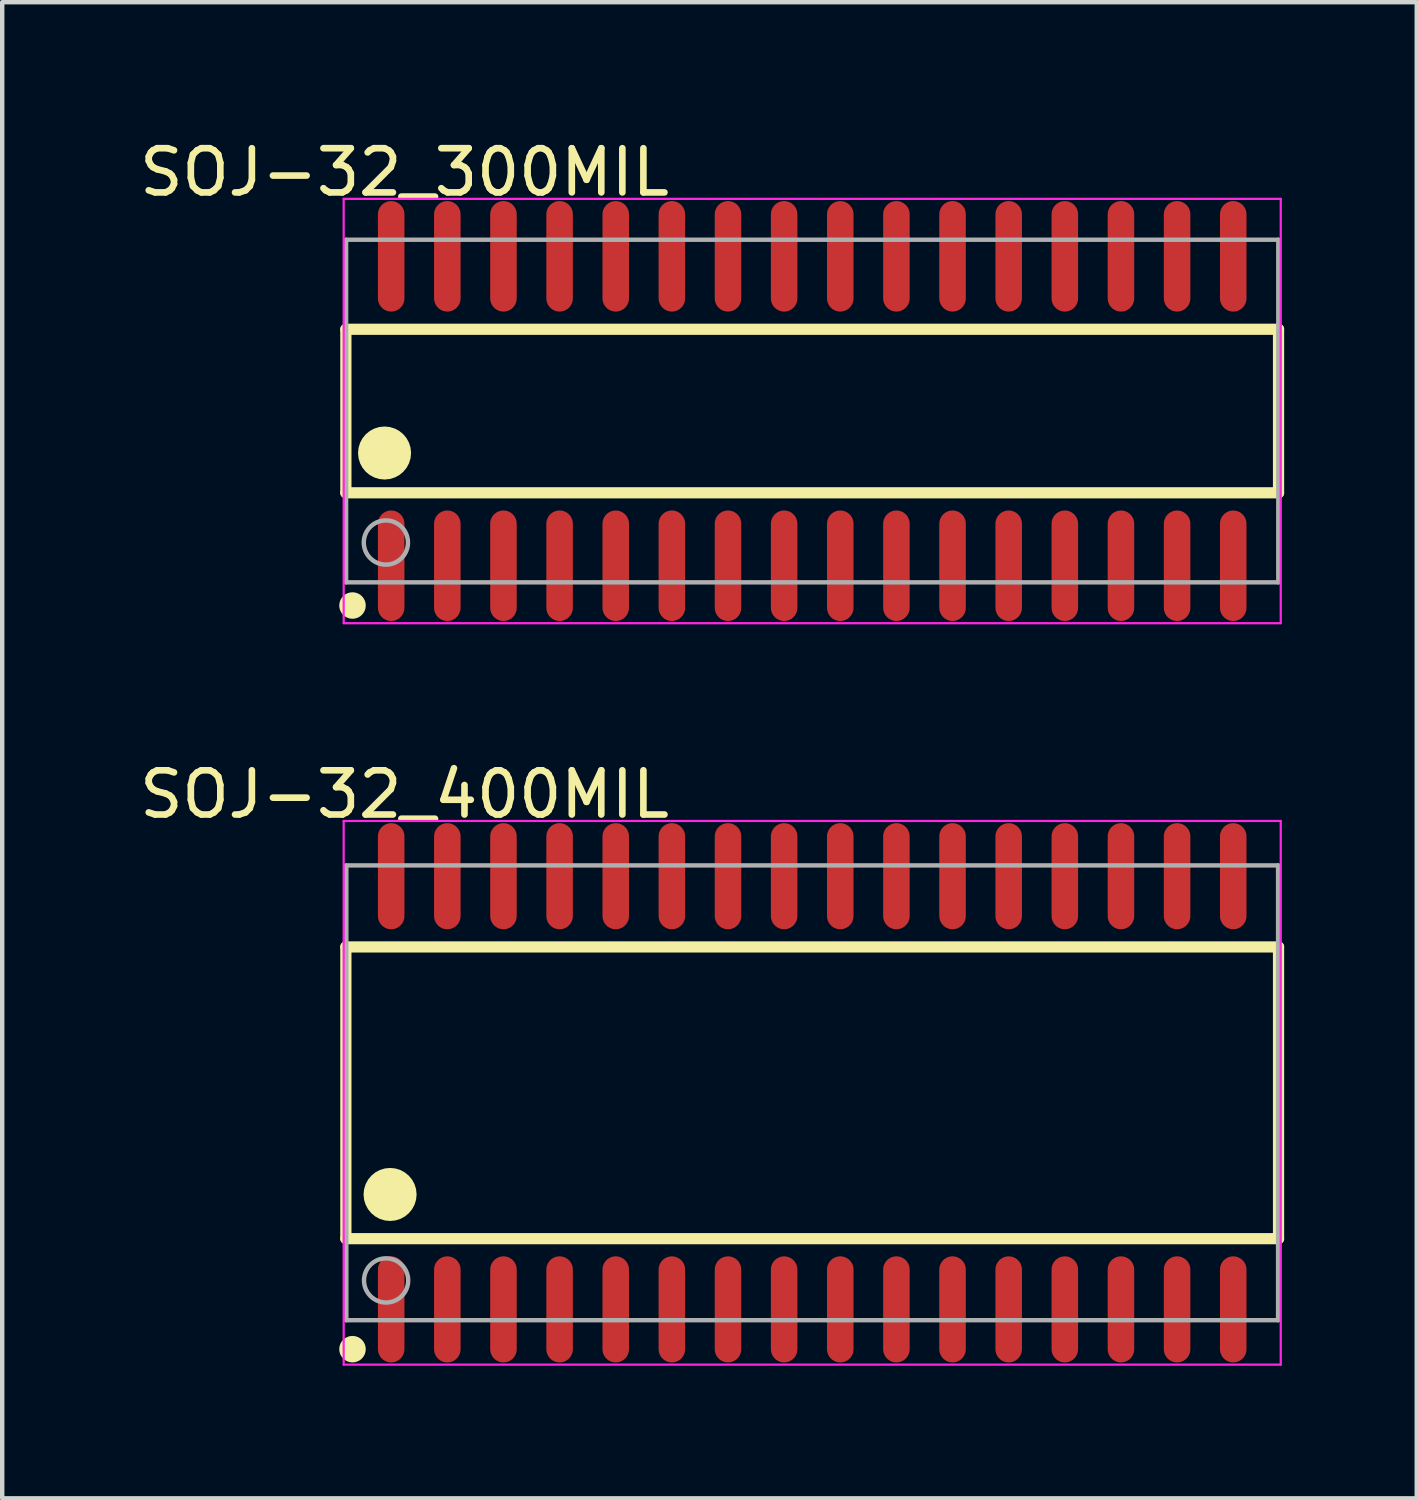
<source format=kicad_pcb>
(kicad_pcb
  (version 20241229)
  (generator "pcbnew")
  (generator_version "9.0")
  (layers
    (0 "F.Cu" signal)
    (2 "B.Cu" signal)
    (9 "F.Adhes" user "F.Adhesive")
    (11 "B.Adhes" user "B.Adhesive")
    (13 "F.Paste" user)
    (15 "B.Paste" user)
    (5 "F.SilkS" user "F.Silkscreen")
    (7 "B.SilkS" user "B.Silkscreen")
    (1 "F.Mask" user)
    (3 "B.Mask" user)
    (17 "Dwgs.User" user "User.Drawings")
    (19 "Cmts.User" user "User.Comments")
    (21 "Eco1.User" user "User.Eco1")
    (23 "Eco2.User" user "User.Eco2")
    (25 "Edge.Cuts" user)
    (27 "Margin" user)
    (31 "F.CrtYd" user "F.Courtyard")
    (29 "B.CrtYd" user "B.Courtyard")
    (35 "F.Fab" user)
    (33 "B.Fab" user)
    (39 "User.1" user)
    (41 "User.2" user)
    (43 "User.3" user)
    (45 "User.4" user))
  (footprint "SOJ-32_300MIL"
    (layer "F.Cu")
    (at 15.325 6.249)
    (property "Reference" "SOJ-32_300MIL" (at -9.224 -5.401 0) (layer "F.SilkS") (effects (font (size 1 1) (thickness 0.15))))
    (attr through_hole)
    (fp_line (start -10.55 -1.85) (end 10.55 -1.85) (stroke (width 0.254) (type solid)) (layer "F.SilkS"))
    (fp_line (start -10.55 1.85) (end -10.55 -1.85) (stroke (width 0.254) (type solid)) (layer "F.SilkS"))
    (fp_line (start -10.55 1.85) (end 10.55 1.85) (stroke (width 0.254) (type solid)) (layer "F.SilkS"))
    (fp_line (start 10.55 1.85) (end 10.55 -1.85) (stroke (width 0.254) (type solid)) (layer "F.SilkS"))
    (fp_circle (center -10.4 4.4) (end -10.25 4.4) (stroke (width 0.3) (type solid)) (fill no) (layer "F.SilkS"))
    (fp_circle (center -9.675 0.95) (end -9.375 0.95) (stroke (width 0.6) (type solid)) (fill no) (layer "F.SilkS"))
    (fp_line (start -10.6 -4.8) (end 10.6 -4.8) (stroke (width 0.05) (type solid)) (layer "F.CrtYd"))
    (fp_line (start -10.6 4.8) (end -10.6 -4.8) (stroke (width 0.05) (type solid)) (layer "F.CrtYd"))
    (fp_line (start 10.6 -4.8) (end 10.6 4.8) (stroke (width 0.05) (type solid)) (layer "F.CrtYd"))
    (fp_line (start 10.6 4.8) (end -10.6 4.8) (stroke (width 0.05) (type solid)) (layer "F.CrtYd"))
    (fp_line (start -10.545 -3.875) (end 10.545 -3.875) (stroke (width 0.1) (type solid)) (layer "F.Fab"))
    (fp_line (start -10.545 3.875) (end -10.545 -3.875) (stroke (width 0.1) (type solid)) (layer "F.Fab"))
    (fp_line (start -10.545 3.875) (end 10.545 3.875) (stroke (width 0.1) (type solid)) (layer "F.Fab"))
    (fp_line (start 10.545 3.875) (end 10.545 -3.875) (stroke (width 0.1) (type solid)) (layer "F.Fab"))
    (fp_circle (center -9.645 2.975) (end -9.145 2.975) (stroke (width 0.1) (type solid)) (fill no) (layer "F.Fab"))
    (pad "1" smd oval (at -9.525 3.5 180) (size 0.6 2.5) (layers "F.Cu" "F.Mask" "F.Paste"))
    (pad "2" smd oval (at -8.255 3.5 180) (size 0.6 2.5) (layers "F.Cu" "F.Mask" "F.Paste"))
    (pad "3" smd oval (at -6.985 3.5 180) (size 0.6 2.5) (layers "F.Cu" "F.Mask" "F.Paste"))
    (pad "4" smd oval (at -5.715 3.5 180) (size 0.6 2.5) (layers "F.Cu" "F.Mask" "F.Paste"))
    (pad "5" smd oval (at -4.445 3.5 180) (size 0.6 2.5) (layers "F.Cu" "F.Mask" "F.Paste"))
    (pad "6" smd oval (at -3.175 3.5 180) (size 0.6 2.5) (layers "F.Cu" "F.Mask" "F.Paste"))
    (pad "7" smd oval (at -1.905 3.5 180) (size 0.6 2.5) (layers "F.Cu" "F.Mask" "F.Paste"))
    (pad "8" smd oval (at -0.635 3.5 180) (size 0.6 2.5) (layers "F.Cu" "F.Mask" "F.Paste"))
    (pad "9" smd oval (at 0.635 3.5 180) (size 0.6 2.5) (layers "F.Cu" "F.Mask" "F.Paste"))
    (pad "10" smd oval (at 1.905 3.5 180) (size 0.6 2.5) (layers "F.Cu" "F.Mask" "F.Paste"))
    (pad "11" smd oval (at 3.175 3.5 180) (size 0.6 2.5) (layers "F.Cu" "F.Mask" "F.Paste"))
    (pad "12" smd oval (at 4.445 3.5 180) (size 0.6 2.5) (layers "F.Cu" "F.Mask" "F.Paste"))
    (pad "13" smd oval (at 5.715 3.5 180) (size 0.6 2.5) (layers "F.Cu" "F.Mask" "F.Paste"))
    (pad "14" smd oval (at 6.985 3.5 180) (size 0.6 2.5) (layers "F.Cu" "F.Mask" "F.Paste"))
    (pad "15" smd oval (at 8.255 3.5 180) (size 0.6 2.5) (layers "F.Cu" "F.Mask" "F.Paste"))
    (pad "16" smd oval (at 9.525 3.5 180) (size 0.6 2.5) (layers "F.Cu" "F.Mask" "F.Paste"))
    (pad "17" smd oval (at 9.525 -3.5 180) (size 0.6 2.5) (layers "F.Cu" "F.Mask" "F.Paste"))
    (pad "18" smd oval (at 8.255 -3.5 180) (size 0.6 2.5) (layers "F.Cu" "F.Mask" "F.Paste"))
    (pad "19" smd oval (at 6.985 -3.5 180) (size 0.6 2.5) (layers "F.Cu" "F.Mask" "F.Paste"))
    (pad "20" smd oval (at 5.715 -3.5 180) (size 0.6 2.5) (layers "F.Cu" "F.Mask" "F.Paste"))
    (pad "21" smd oval (at 4.445 -3.5 180) (size 0.6 2.5) (layers "F.Cu" "F.Mask" "F.Paste"))
    (pad "22" smd oval (at 3.175 -3.5 180) (size 0.6 2.5) (layers "F.Cu" "F.Mask" "F.Paste"))
    (pad "23" smd oval (at 1.905 -3.5 180) (size 0.6 2.5) (layers "F.Cu" "F.Mask" "F.Paste"))
    (pad "24" smd oval (at 0.635 -3.5 180) (size 0.6 2.5) (layers "F.Cu" "F.Mask" "F.Paste"))
    (pad "25" smd oval (at -0.635 -3.5 180) (size 0.6 2.5) (layers "F.Cu" "F.Mask" "F.Paste"))
    (pad "26" smd oval (at -1.905 -3.5 180) (size 0.6 2.5) (layers "F.Cu" "F.Mask" "F.Paste"))
    (pad "27" smd oval (at -3.175 -3.5 180) (size 0.6 2.5) (layers "F.Cu" "F.Mask" "F.Paste"))
    (pad "28" smd oval (at -4.445 -3.5 180) (size 0.6 2.5) (layers "F.Cu" "F.Mask" "F.Paste"))
    (pad "29" smd oval (at -5.715 -3.5 180) (size 0.6 2.5) (layers "F.Cu" "F.Mask" "F.Paste"))
    (pad "30" smd oval (at -6.985 -3.5 180) (size 0.6 2.5) (layers "F.Cu" "F.Mask" "F.Paste"))
    (pad "31" smd oval (at -8.255 -3.5 180) (size 0.6 2.5) (layers "F.Cu" "F.Mask" "F.Paste"))
    (pad "32" smd oval (at -9.525 -3.5 180) (size 0.6 2.5) (layers "F.Cu" "F.Mask" "F.Paste")))
  (footprint "SOJ-32_400MIL"
    (layer "F.Cu")
    (at 15.325 21.673)
    (property "Reference" "SOJ-32_400MIL" (at -9.224 -6.751 0) (layer "F.SilkS") (effects (font (size 1 1) (thickness 0.15))))
    (attr through_hole)
    (fp_line (start -10.55 -3.3) (end 10.55 -3.3) (stroke (width 0.254) (type solid)) (layer "F.SilkS"))
    (fp_line (start -10.55 3.3) (end -10.55 -3.3) (stroke (width 0.254) (type solid)) (layer "F.SilkS"))
    (fp_line (start -10.55 3.3) (end 10.55 3.3) (stroke (width 0.254) (type solid)) (layer "F.SilkS"))
    (fp_line (start 10.55 3.3) (end 10.55 -3.3) (stroke (width 0.254) (type solid)) (layer "F.SilkS"))
    (fp_circle (center -10.4 5.8) (end -10.25 5.8) (stroke (width 0.3) (type solid)) (fill no) (layer "F.SilkS"))
    (fp_circle (center -9.55 2.3) (end -9.25 2.3) (stroke (width 0.6) (type solid)) (fill no) (layer "F.SilkS"))
    (fp_line (start -10.6 -6.15) (end 10.6 -6.15) (stroke (width 0.05) (type solid)) (layer "F.CrtYd"))
    (fp_line (start -10.6 6.15) (end -10.6 -6.15) (stroke (width 0.05) (type solid)) (layer "F.CrtYd"))
    (fp_line (start 10.6 -6.15) (end 10.6 6.15) (stroke (width 0.05) (type solid)) (layer "F.CrtYd"))
    (fp_line (start 10.6 6.15) (end -10.6 6.15) (stroke (width 0.05) (type solid)) (layer "F.CrtYd"))
    (fp_line (start -10.54 -5.145) (end 10.54 -5.145) (stroke (width 0.1) (type solid)) (layer "F.Fab"))
    (fp_line (start -10.54 5.145) (end -10.54 -5.145) (stroke (width 0.1) (type solid)) (layer "F.Fab"))
    (fp_line (start -10.54 5.145) (end 10.54 5.145) (stroke (width 0.1) (type solid)) (layer "F.Fab"))
    (fp_line (start 10.54 5.145) (end 10.54 -5.145) (stroke (width 0.1) (type solid)) (layer "F.Fab"))
    (fp_circle (center -9.64 4.245) (end -9.14 4.245) (stroke (width 0.1) (type solid)) (fill no) (layer "F.Fab"))
    (pad "1" smd oval (at -9.525 4.9 180) (size 0.6 2.4) (layers "F.Cu" "F.Mask" "F.Paste"))
    (pad "2" smd oval (at -8.255 4.9 180) (size 0.6 2.4) (layers "F.Cu" "F.Mask" "F.Paste"))
    (pad "3" smd oval (at -6.985 4.9 180) (size 0.6 2.4) (layers "F.Cu" "F.Mask" "F.Paste"))
    (pad "4" smd oval (at -5.715 4.9 180) (size 0.6 2.4) (layers "F.Cu" "F.Mask" "F.Paste"))
    (pad "5" smd oval (at -4.445 4.9 180) (size 0.6 2.4) (layers "F.Cu" "F.Mask" "F.Paste"))
    (pad "6" smd oval (at -3.175 4.9 180) (size 0.6 2.4) (layers "F.Cu" "F.Mask" "F.Paste"))
    (pad "7" smd oval (at -1.905 4.9 180) (size 0.6 2.4) (layers "F.Cu" "F.Mask" "F.Paste"))
    (pad "8" smd oval (at -0.635 4.9 180) (size 0.6 2.4) (layers "F.Cu" "F.Mask" "F.Paste"))
    (pad "9" smd oval (at 0.635 4.9 180) (size 0.6 2.4) (layers "F.Cu" "F.Mask" "F.Paste"))
    (pad "10" smd oval (at 1.905 4.9 180) (size 0.6 2.4) (layers "F.Cu" "F.Mask" "F.Paste"))
    (pad "11" smd oval (at 3.175 4.9 180) (size 0.6 2.4) (layers "F.Cu" "F.Mask" "F.Paste"))
    (pad "12" smd oval (at 4.445 4.9 180) (size 0.6 2.4) (layers "F.Cu" "F.Mask" "F.Paste"))
    (pad "13" smd oval (at 5.715 4.9 180) (size 0.6 2.4) (layers "F.Cu" "F.Mask" "F.Paste"))
    (pad "14" smd oval (at 6.985 4.9 180) (size 0.6 2.4) (layers "F.Cu" "F.Mask" "F.Paste"))
    (pad "15" smd oval (at 8.255 4.9 180) (size 0.6 2.4) (layers "F.Cu" "F.Mask" "F.Paste"))
    (pad "16" smd oval (at 9.525 4.9 180) (size 0.6 2.4) (layers "F.Cu" "F.Mask" "F.Paste"))
    (pad "17" smd oval (at 9.525 -4.9 180) (size 0.6 2.4) (layers "F.Cu" "F.Mask" "F.Paste"))
    (pad "18" smd oval (at 8.255 -4.9 180) (size 0.6 2.4) (layers "F.Cu" "F.Mask" "F.Paste"))
    (pad "19" smd oval (at 6.985 -4.9 180) (size 0.6 2.4) (layers "F.Cu" "F.Mask" "F.Paste"))
    (pad "20" smd oval (at 5.715 -4.9 180) (size 0.6 2.4) (layers "F.Cu" "F.Mask" "F.Paste"))
    (pad "21" smd oval (at 4.445 -4.9 180) (size 0.6 2.4) (layers "F.Cu" "F.Mask" "F.Paste"))
    (pad "22" smd oval (at 3.175 -4.9 180) (size 0.6 2.4) (layers "F.Cu" "F.Mask" "F.Paste"))
    (pad "23" smd oval (at 1.905 -4.9 180) (size 0.6 2.4) (layers "F.Cu" "F.Mask" "F.Paste"))
    (pad "24" smd oval (at 0.635 -4.9 180) (size 0.6 2.4) (layers "F.Cu" "F.Mask" "F.Paste"))
    (pad "25" smd oval (at -0.635 -4.9 180) (size 0.6 2.4) (layers "F.Cu" "F.Mask" "F.Paste"))
    (pad "26" smd oval (at -1.905 -4.9 180) (size 0.6 2.4) (layers "F.Cu" "F.Mask" "F.Paste"))
    (pad "27" smd oval (at -3.175 -4.9 180) (size 0.6 2.4) (layers "F.Cu" "F.Mask" "F.Paste"))
    (pad "28" smd oval (at -4.445 -4.9 180) (size 0.6 2.4) (layers "F.Cu" "F.Mask" "F.Paste"))
    (pad "29" smd oval (at -5.715 -4.9 180) (size 0.6 2.4) (layers "F.Cu" "F.Mask" "F.Paste"))
    (pad "30" smd oval (at -6.985 -4.9 180) (size 0.6 2.4) (layers "F.Cu" "F.Mask" "F.Paste"))
    (pad "31" smd oval (at -8.255 -4.9 180) (size 0.6 2.4) (layers "F.Cu" "F.Mask" "F.Paste"))
    (pad "32" smd oval (at -9.525 -4.9 180) (size 0.6 2.4) (layers "F.Cu" "F.Mask" "F.Paste")))
  (gr_rect
    (start -3 -3)
    (end 29.002 30.848)
    (stroke (width 0.1) (type default))
    (fill no)
    (layer "Edge.Cuts")))
</source>
